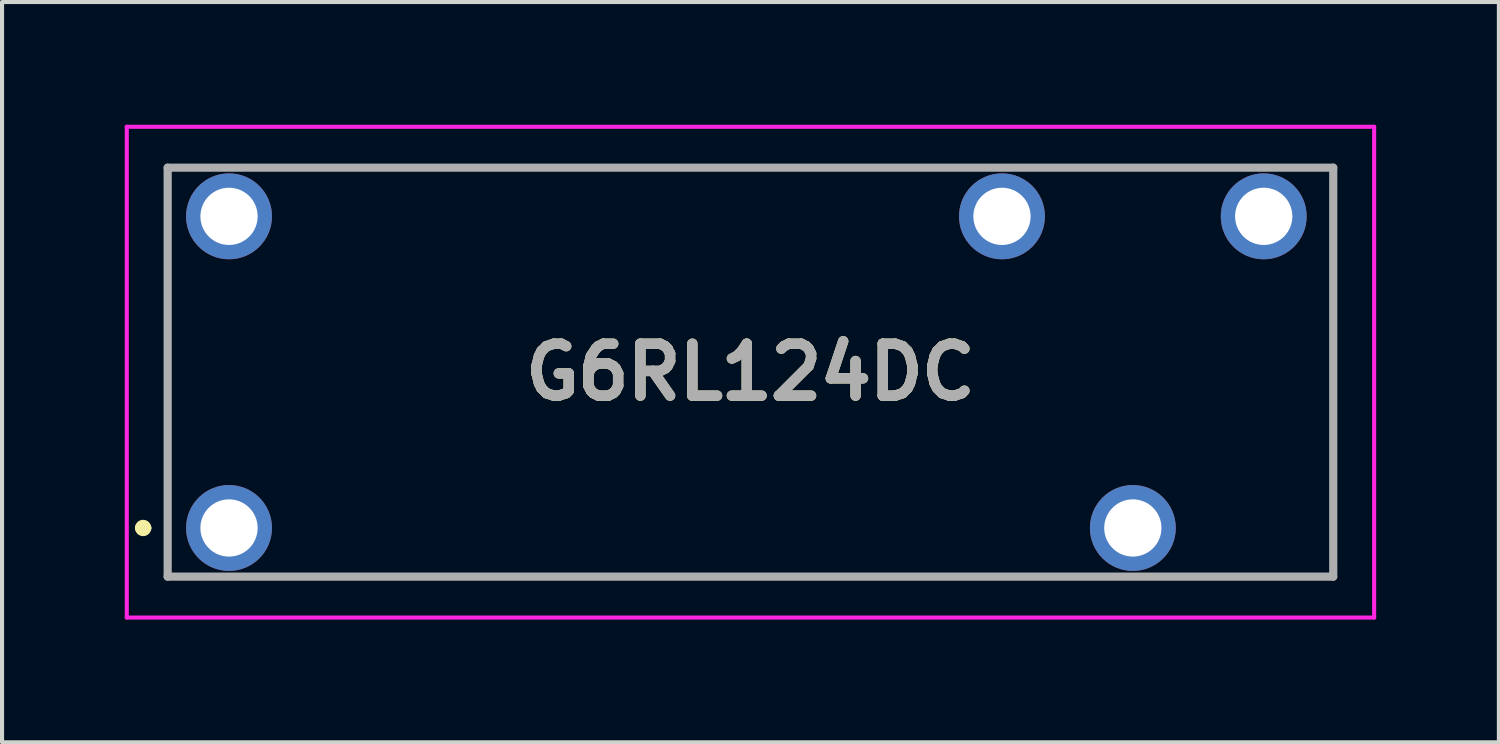
<source format=kicad_pcb>
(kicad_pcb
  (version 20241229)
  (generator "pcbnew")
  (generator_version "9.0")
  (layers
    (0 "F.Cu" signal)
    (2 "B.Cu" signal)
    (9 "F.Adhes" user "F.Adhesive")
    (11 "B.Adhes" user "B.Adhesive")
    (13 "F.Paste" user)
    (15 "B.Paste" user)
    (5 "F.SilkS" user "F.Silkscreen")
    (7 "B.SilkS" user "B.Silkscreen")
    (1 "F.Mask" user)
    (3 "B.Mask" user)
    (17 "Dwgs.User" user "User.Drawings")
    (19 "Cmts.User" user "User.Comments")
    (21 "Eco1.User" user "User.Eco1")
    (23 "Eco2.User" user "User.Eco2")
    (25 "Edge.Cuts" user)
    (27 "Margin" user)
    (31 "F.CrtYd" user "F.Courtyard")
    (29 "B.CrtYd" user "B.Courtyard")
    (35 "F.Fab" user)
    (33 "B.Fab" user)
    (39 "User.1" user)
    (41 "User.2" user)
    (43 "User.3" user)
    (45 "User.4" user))
  (footprint "G6RL124DC"
    (layer "F.Cu")
    (at 2.55 9.86)
    (property "Reference" "G6RL124DC" (at 12.75 -3.81 0) (layer "F.SilkS") (effects (font (size 1.27 1.27) (thickness 0.254))))
    (attr through_hole)
    (fp_line (start -2.2 0) (end -2.2 0) (stroke (width 0.2) (type solid)) (layer "F.SilkS"))
    (fp_line (start -2 0) (end -2 0) (stroke (width 0.2) (type solid)) (layer "F.SilkS"))
    (fp_line (start -1.5 -8.81) (end -1.5 1.19) (stroke (width 0.1) (type solid)) (layer "F.SilkS"))
    (fp_line (start -1.5 1.19) (end -1 1.19) (stroke (width 0.1) (type solid)) (layer "F.SilkS"))
    (fp_line (start -1 -8.81) (end -1.5 -8.81) (stroke (width 0.1) (type solid)) (layer "F.SilkS"))
    (fp_line (start 1.5 1.19) (end 21 1.19) (stroke (width 0.1) (type solid)) (layer "F.SilkS"))
    (fp_line (start 18 -8.81) (end 1.5 -8.81) (stroke (width 0.1) (type solid)) (layer "F.SilkS"))
    (fp_line (start 23.5 1.19) (end 27 1.19) (stroke (width 0.1) (type solid)) (layer "F.SilkS"))
    (fp_line (start 24 -8.81) (end 20.5 -8.81) (stroke (width 0.1) (type solid)) (layer "F.SilkS"))
    (fp_line (start 27 -8.81) (end 26.5 -8.81) (stroke (width 0.1) (type solid)) (layer "F.SilkS"))
    (fp_line (start 27 1.19) (end 27 -8.81) (stroke (width 0.1) (type solid)) (layer "F.SilkS"))
    (fp_arc (start -2.2 0) (mid -2.1 -0.1) (end -2 0) (stroke (width 0.2) (type solid)) (layer "F.SilkS"))
    (fp_arc (start -2 0) (mid -2.1 0.1) (end -2.2 0) (stroke (width 0.2) (type solid)) (layer "F.SilkS"))
    (fp_line (start -2.5 -9.81) (end -2.5 2.19) (stroke (width 0.1) (type solid)) (layer "F.CrtYd"))
    (fp_line (start -2.5 2.19) (end 28 2.19) (stroke (width 0.1) (type solid)) (layer "F.CrtYd"))
    (fp_line (start 28 -9.81) (end -2.5 -9.81) (stroke (width 0.1) (type solid)) (layer "F.CrtYd"))
    (fp_line (start 28 2.19) (end 28 -9.81) (stroke (width 0.1) (type solid)) (layer "F.CrtYd"))
    (fp_line (start -1.5 -8.81) (end 27 -8.81) (stroke (width 0.2) (type solid)) (layer "F.Fab"))
    (fp_line (start -1.5 1.19) (end -1.5 -8.81) (stroke (width 0.2) (type solid)) (layer "F.Fab"))
    (fp_line (start 27 -8.81) (end 27 1.19) (stroke (width 0.2) (type solid)) (layer "F.Fab"))
    (fp_line (start 27 1.19) (end -1.5 1.19) (stroke (width 0.2) (type solid)) (layer "F.Fab"))
    (fp_text user "${REFERENCE}" (at 12.75 -3.81 0) (layer "F.Fab") (effects (font (size 1.27 1.27) (thickness 0.254))))
    (pad "1" thru_hole circle (at 0 0) (size 2.1 2.1) (drill 1.4) (layers "*.Cu" "*.Mask"))
    (pad "2" thru_hole circle (at 22.1 0) (size 2.1 2.1) (drill 1.4) (layers "*.Cu" "*.Mask"))
    (pad "3" thru_hole circle (at 25.3 -7.62) (size 2.1 2.1) (drill 1.4) (layers "*.Cu" "*.Mask"))
    (pad "4" thru_hole circle (at 18.9 -7.62) (size 2.1 2.1) (drill 1.4) (layers "*.Cu" "*.Mask"))
    (pad "5" thru_hole circle (at 0 -7.62) (size 2.1 2.1) (drill 1.4) (layers "*.Cu" "*.Mask")))
  (gr_rect
    (start -3 -3)
    (end 33.6 15.1)
    (stroke (width 0.1) (type default))
    (fill no)
    (layer "Edge.Cuts")))
</source>
